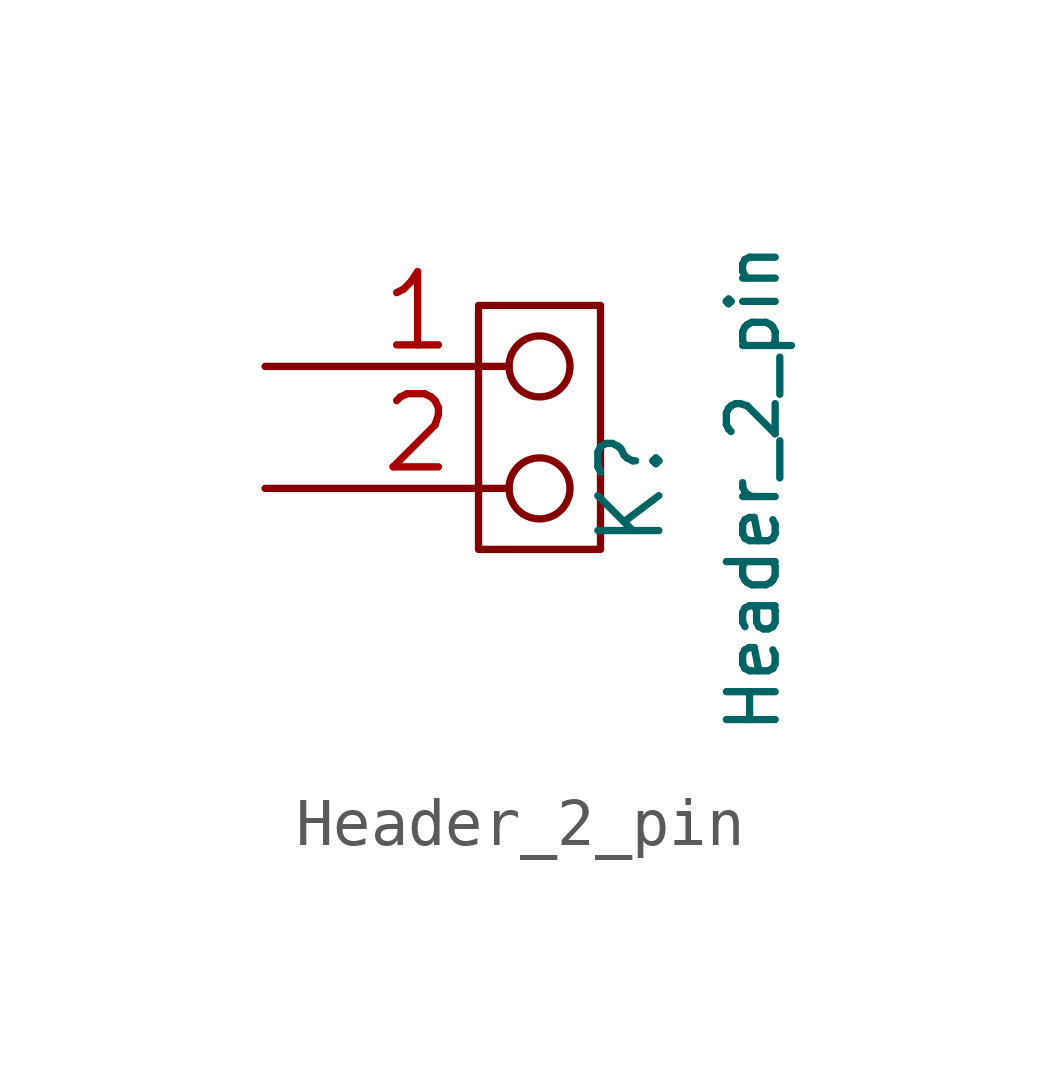
<source format=kicad_sym>
(kicad_symbol_lib
  (version 20241209)
  (generator "kicad_symbol_editor")
  (generator_version "9.0")
  (symbol "Header_2_pin"
    (pin_names
      (offset 1.016)
      (hide yes))
    (property "Reference" "K"
      (at -1.27 0 90)
      (effects (font (size 1.27 1.27))))
    (property "Value" "Header_2_pin"
      (at 1.27 0 90)
      (effects (font (size 1.016 1.016))))
    (symbol "Header_2_pin_0_1"
      (polyline (pts (xy -4.445 3.81) (xy -4.445 -1.27) (xy -1.905 -1.27) (xy -1.905 3.81) (xy -4.445 3.81)) (stroke (width 0) (type default)) (fill (type none))))
    (symbol "Header_2_pin_1_1"
      (pin passive inverted (at -8.89 2.54 0) (length 6.35) (name "P1" (effects (font (size 1.524 1.524)))) (number "1" (effects (font (size 1.524 1.524)))))
      (pin passive inverted (at -8.89 0 0) (length 6.35) (name "PM" (effects (font (size 1.524 1.524)))) (number "2" (effects (font (size 1.524 1.524))))))))
</source>
